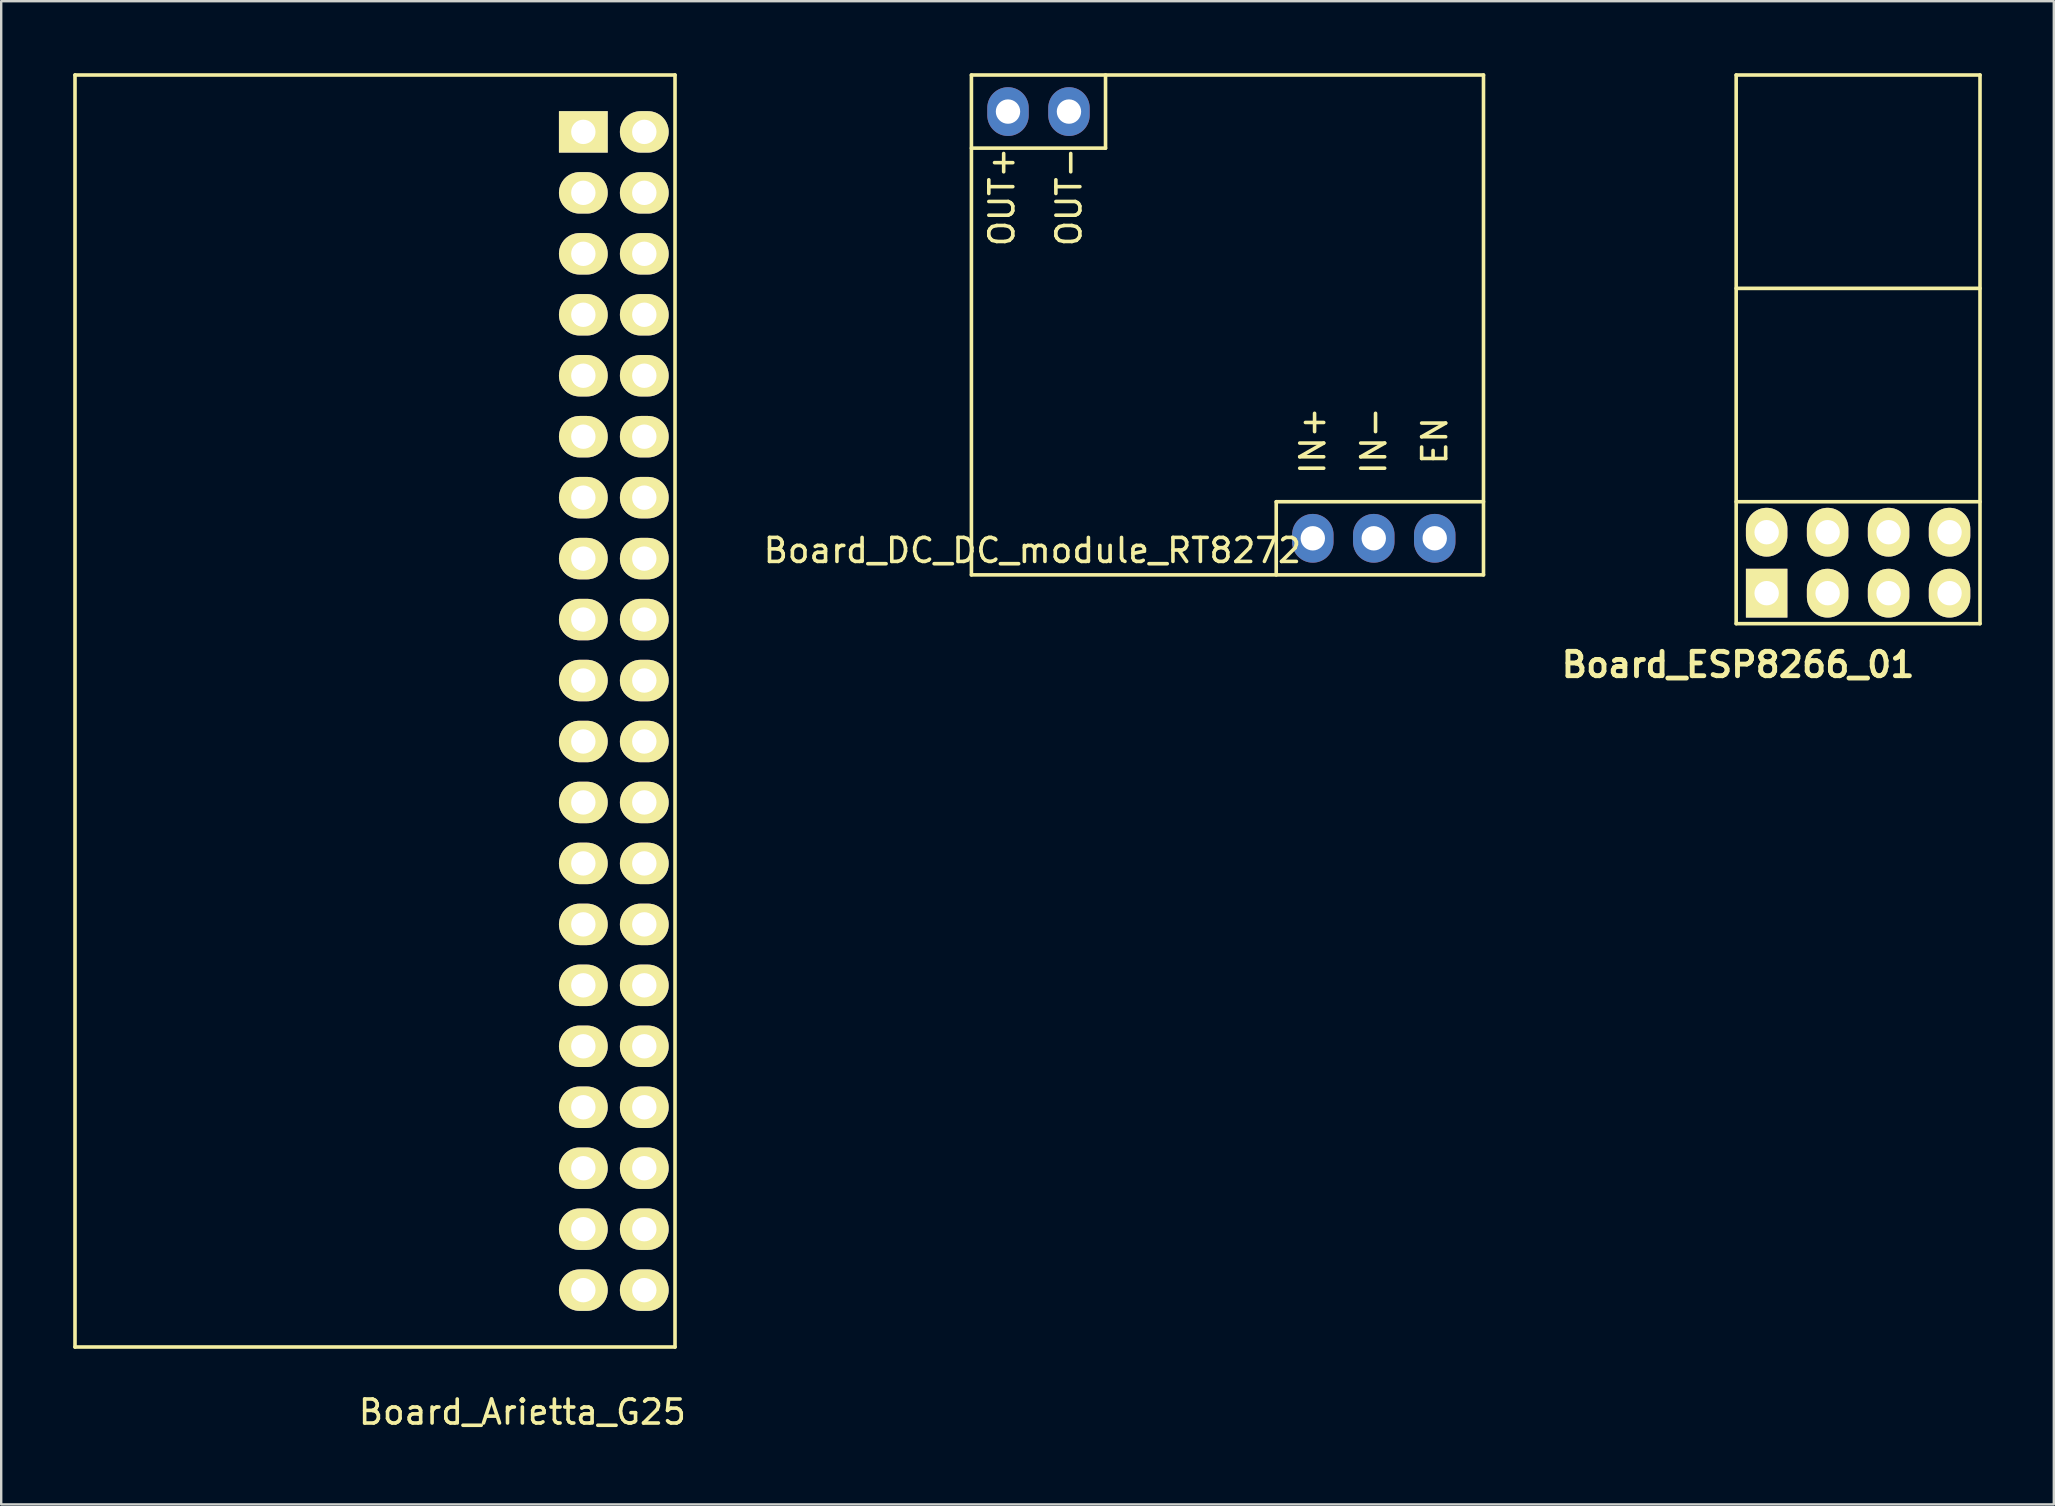
<source format=kicad_pcb>
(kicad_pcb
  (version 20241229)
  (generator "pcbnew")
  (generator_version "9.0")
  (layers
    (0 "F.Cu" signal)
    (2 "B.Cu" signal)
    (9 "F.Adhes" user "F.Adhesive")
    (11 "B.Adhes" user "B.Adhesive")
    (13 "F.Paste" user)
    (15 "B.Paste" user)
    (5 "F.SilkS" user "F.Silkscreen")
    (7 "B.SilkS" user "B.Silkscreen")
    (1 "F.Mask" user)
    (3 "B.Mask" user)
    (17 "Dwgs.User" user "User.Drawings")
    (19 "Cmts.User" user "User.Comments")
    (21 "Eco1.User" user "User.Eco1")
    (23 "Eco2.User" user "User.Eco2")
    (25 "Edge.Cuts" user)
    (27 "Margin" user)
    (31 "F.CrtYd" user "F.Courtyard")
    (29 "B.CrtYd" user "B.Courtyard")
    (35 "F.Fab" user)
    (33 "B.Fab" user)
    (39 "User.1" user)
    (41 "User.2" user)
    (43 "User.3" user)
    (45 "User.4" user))
  (footprint "Board_Arietta_G25"
    (layer "F.Cu")
    (at 11.095 25.305)
    (property "Reference" "Board_Arietta_G25" (at 7.62 30.48 0) (layer "F.SilkS") (effects (font (size 1 1) (thickness 0.15))))
    (attr through_hole)
    (fp_line (start -11.02 -25.23) (end -11.02 27.77) (stroke (width 0.15) (type solid)) (layer "F.SilkS"))
    (fp_line (start -11.02 27.77) (end 13.98 27.77) (stroke (width 0.15) (type solid)) (layer "F.SilkS"))
    (fp_line (start 13.98 -25.23) (end -11.02 -25.23) (stroke (width 0.15) (type solid)) (layer "F.SilkS"))
    (fp_line (start 13.98 -25.23) (end 13.98 27.77) (stroke (width 0.15) (type solid)) (layer "F.SilkS"))
    (pad "1" thru_hole rect (at 10.16 -22.86) (size 2.032 1.727) (drill 1.016) (layers "*.Cu" "*.Mask" "F.SilkS"))
    (pad "2" thru_hole oval (at 12.7 -22.86) (size 2.032 1.727) (drill 1.016) (layers "*.Cu" "*.Mask" "F.SilkS"))
    (pad "3" thru_hole oval (at 10.16 -20.32) (size 2.032 1.727) (drill 1.016) (layers "*.Cu" "*.Mask" "F.SilkS"))
    (pad "4" thru_hole oval (at 12.7 -20.32) (size 2.032 1.727) (drill 1.016) (layers "*.Cu" "*.Mask" "F.SilkS"))
    (pad "5" thru_hole oval (at 10.16 -17.78) (size 2.032 1.727) (drill 1.016) (layers "*.Cu" "*.Mask" "F.SilkS"))
    (pad "6" thru_hole oval (at 12.7 -17.78) (size 2.032 1.727) (drill 1.016) (layers "*.Cu" "*.Mask" "F.SilkS"))
    (pad "7" thru_hole oval (at 10.16 -15.24) (size 2.032 1.727) (drill 1.016) (layers "*.Cu" "*.Mask" "F.SilkS"))
    (pad "8" thru_hole oval (at 12.7 -15.24) (size 2.032 1.727) (drill 1.016) (layers "*.Cu" "*.Mask" "F.SilkS"))
    (pad "9" thru_hole oval (at 10.16 -12.7) (size 2.032 1.727) (drill 1.016) (layers "*.Cu" "*.Mask" "F.SilkS"))
    (pad "10" thru_hole oval (at 12.7 -12.7) (size 2.032 1.727) (drill 1.016) (layers "*.Cu" "*.Mask" "F.SilkS"))
    (pad "11" thru_hole oval (at 10.16 -10.16) (size 2.032 1.727) (drill 1.016) (layers "*.Cu" "*.Mask" "F.SilkS"))
    (pad "12" thru_hole oval (at 12.7 -10.16) (size 2.032 1.727) (drill 1.016) (layers "*.Cu" "*.Mask" "F.SilkS"))
    (pad "13" thru_hole oval (at 10.16 -7.62) (size 2.032 1.727) (drill 1.016) (layers "*.Cu" "*.Mask" "F.SilkS"))
    (pad "14" thru_hole oval (at 12.7 -7.62) (size 2.032 1.727) (drill 1.016) (layers "*.Cu" "*.Mask" "F.SilkS"))
    (pad "15" thru_hole oval (at 10.16 -5.08) (size 2.032 1.727) (drill 1.016) (layers "*.Cu" "*.Mask" "F.SilkS"))
    (pad "16" thru_hole oval (at 12.7 -5.08) (size 2.032 1.727) (drill 1.016) (layers "*.Cu" "*.Mask" "F.SilkS"))
    (pad "17" thru_hole oval (at 10.16 -2.54) (size 2.032 1.727) (drill 1.016) (layers "*.Cu" "*.Mask" "F.SilkS"))
    (pad "18" thru_hole oval (at 12.7 -2.54) (size 2.032 1.727) (drill 1.016) (layers "*.Cu" "*.Mask" "F.SilkS"))
    (pad "19" thru_hole oval (at 10.16 0) (size 2.032 1.727) (drill 1.016) (layers "*.Cu" "*.Mask" "F.SilkS"))
    (pad "20" thru_hole oval (at 12.7 0) (size 2.032 1.727) (drill 1.016) (layers "*.Cu" "*.Mask" "F.SilkS"))
    (pad "21" thru_hole oval (at 10.16 2.54) (size 2.032 1.727) (drill 1.016) (layers "*.Cu" "*.Mask" "F.SilkS"))
    (pad "22" thru_hole oval (at 12.7 2.54) (size 2.032 1.727) (drill 1.016) (layers "*.Cu" "*.Mask" "F.SilkS"))
    (pad "23" thru_hole oval (at 10.16 5.08) (size 2.032 1.727) (drill 1.016) (layers "*.Cu" "*.Mask" "F.SilkS"))
    (pad "24" thru_hole oval (at 12.7 5.08) (size 2.032 1.727) (drill 1.016) (layers "*.Cu" "*.Mask" "F.SilkS"))
    (pad "25" thru_hole oval (at 10.16 7.62) (size 2.032 1.727) (drill 1.016) (layers "*.Cu" "*.Mask" "F.SilkS"))
    (pad "26" thru_hole oval (at 12.7 7.62) (size 2.032 1.727) (drill 1.016) (layers "*.Cu" "*.Mask" "F.SilkS"))
    (pad "27" thru_hole oval (at 10.16 10.16) (size 2.032 1.727) (drill 1.016) (layers "*.Cu" "*.Mask" "F.SilkS"))
    (pad "28" thru_hole oval (at 12.7 10.16) (size 2.032 1.727) (drill 1.016) (layers "*.Cu" "*.Mask" "F.SilkS"))
    (pad "29" thru_hole oval (at 10.16 12.7) (size 2.032 1.727) (drill 1.016) (layers "*.Cu" "*.Mask" "F.SilkS"))
    (pad "30" thru_hole oval (at 12.7 12.7) (size 2.032 1.727) (drill 1.016) (layers "*.Cu" "*.Mask" "F.SilkS"))
    (pad "31" thru_hole oval (at 10.16 15.24) (size 2.032 1.727) (drill 1.016) (layers "*.Cu" "*.Mask" "F.SilkS"))
    (pad "32" thru_hole oval (at 12.7 15.24) (size 2.032 1.727) (drill 1.016) (layers "*.Cu" "*.Mask" "F.SilkS"))
    (pad "33" thru_hole oval (at 10.16 17.78) (size 2.032 1.727) (drill 1.016) (layers "*.Cu" "*.Mask" "F.SilkS"))
    (pad "34" thru_hole oval (at 12.7 17.78) (size 2.032 1.727) (drill 1.016) (layers "*.Cu" "*.Mask" "F.SilkS"))
    (pad "35" thru_hole oval (at 10.16 20.32) (size 2.032 1.727) (drill 1.016) (layers "*.Cu" "*.Mask" "F.SilkS"))
    (pad "36" thru_hole oval (at 12.7 20.32) (size 2.032 1.727) (drill 1.016) (layers "*.Cu" "*.Mask" "F.SilkS"))
    (pad "37" thru_hole oval (at 10.16 22.86) (size 2.032 1.727) (drill 1.016) (layers "*.Cu" "*.Mask" "F.SilkS"))
    (pad "38" thru_hole oval (at 12.7 22.86) (size 2.032 1.727) (drill 1.016) (layers "*.Cu" "*.Mask" "F.SilkS"))
    (pad "39" thru_hole oval (at 10.16 25.4) (size 2.032 1.727) (drill 1.016) (layers "*.Cu" "*.Mask" "F.SilkS"))
    (pad "40" thru_hole oval (at 12.7 25.4) (size 2.032 1.727) (drill 1.016) (layers "*.Cu" "*.Mask" "F.SilkS")))
  (footprint "Board_ESP8266_01"
    (layer "F.Cu")
    (at 74.369 20.395)
    (property "Reference" "Board_ESP8266_01" (at -5 4.25 0) (layer "F.SilkS") (effects (font (size 1.016 1.016) (thickness 0.203))))
    (attr through_hole)
    (fp_line (start -5.08 -20.32) (end -5.08 2.54) (stroke (width 0.15) (type solid)) (layer "F.SilkS"))
    (fp_line (start -5.08 -11.43) (end 5.08 -11.43) (stroke (width 0.15) (type solid)) (layer "F.SilkS"))
    (fp_line (start 5.08 -20.32) (end -5.08 -20.32) (stroke (width 0.15) (type solid)) (layer "F.SilkS"))
    (fp_line (start 5.08 -2.54) (end -5.08 -2.54) (stroke (width 0.15) (type solid)) (layer "F.SilkS"))
    (fp_line (start 5.08 2.54) (end -5.08 2.54) (stroke (width 0.15) (type solid)) (layer "F.SilkS"))
    (fp_line (start 5.08 2.54) (end 5.08 -20.32) (stroke (width 0.15) (type solid)) (layer "F.SilkS"))
    (pad "1" thru_hole rect (at -3.81 1.27) (size 1.727 2.032) (drill 1.016) (layers "*.Cu" "*.Mask" "F.SilkS"))
    (pad "2" thru_hole oval (at -3.81 -1.27) (size 1.727 2.032) (drill 1.016) (layers "*.Cu" "*.Mask" "F.SilkS"))
    (pad "3" thru_hole oval (at -1.27 1.27) (size 1.727 2.032) (drill 1.016) (layers "*.Cu" "*.Mask" "F.SilkS"))
    (pad "4" thru_hole oval (at -1.27 -1.27) (size 1.727 2.032) (drill 1.016) (layers "*.Cu" "*.Mask" "F.SilkS"))
    (pad "5" thru_hole oval (at 1.27 1.27) (size 1.727 2.032) (drill 1.016) (layers "*.Cu" "*.Mask" "F.SilkS"))
    (pad "6" thru_hole oval (at 1.27 -1.27) (size 1.727 2.032) (drill 1.016) (layers "*.Cu" "*.Mask" "F.SilkS"))
    (pad "7" thru_hole oval (at 3.81 1.27) (size 1.727 2.032) (drill 1.016) (layers "*.Cu" "*.Mask" "F.SilkS"))
    (pad "8" thru_hole oval (at 3.81 -1.27) (size 1.727 2.032) (drill 1.016) (layers "*.Cu" "*.Mask" "F.SilkS")))
  (footprint "Board_DC_DC_module_RT8272"
    (layer "F.Cu")
    (at 48.601 10.489)
    (property "Reference" "Board_DC_DC_module_RT8272" (at -8.636 9.398 0) (layer "F.SilkS") (effects (font (size 1 1) (thickness 0.15))))
    (attr through_hole)
    (fp_line (start -11.176 -7.366) (end -5.588 -7.366) (stroke (width 0.15) (type solid)) (layer "F.SilkS"))
    (fp_line (start -11.176 10.414) (end -11.176 -10.414) (stroke (width 0.15) (type solid)) (layer "F.SilkS"))
    (fp_line (start -5.588 -7.366) (end -5.588 -10.414) (stroke (width 0.15) (type solid)) (layer "F.SilkS"))
    (fp_line (start 1.524 7.366) (end 10.16 7.366) (stroke (width 0.15) (type solid)) (layer "F.SilkS"))
    (fp_line (start 1.524 10.414) (end 1.524 7.366) (stroke (width 0.15) (type solid)) (layer "F.SilkS"))
    (fp_line (start 10.16 -10.414) (end -11.176 -10.414) (stroke (width 0.15) (type solid)) (layer "F.SilkS"))
    (fp_line (start 10.16 10.414) (end -11.176 10.414) (stroke (width 0.15) (type solid)) (layer "F.SilkS"))
    (fp_line (start 10.16 10.414) (end 10.16 -10.414) (stroke (width 0.15) (type solid)) (layer "F.SilkS"))
    (fp_text user "OUT+" (at -9.906 -5.334 90) (layer "F.SilkS") (effects (font (size 1 1) (thickness 0.15))))
    (fp_text user "EN" (at 8.128 4.826 90) (layer "F.SilkS") (effects (font (size 1 1) (thickness 0.15))))
    (fp_text user "OUT-" (at -7.112 -5.334 90) (layer "F.SilkS") (effects (font (size 1 1) (thickness 0.15))))
    (fp_text user "IN-" (at 5.588 4.826 90) (layer "F.SilkS") (effects (font (size 1 1) (thickness 0.15))))
    (fp_text user "IN+" (at 3.048 4.826 90) (layer "F.SilkS") (effects (font (size 1 1) (thickness 0.15))))
    (pad "1" thru_hole oval (at 3.048 8.89) (size 1.727 2.032) (drill 1.016) (layers "*.Cu" "*.Mask"))
    (pad "2" thru_hole oval (at 5.588 8.89) (size 1.727 2.032) (drill 1.016) (layers "*.Cu" "*.Mask"))
    (pad "3" thru_hole oval (at 8.128 8.89) (size 1.727 2.032) (drill 1.016) (layers "*.Cu" "*.Mask"))
    (pad "4" thru_hole oval (at -9.652 -8.89) (size 1.727 2.032) (drill 1.016) (layers "*.Cu" "*.Mask"))
    (pad "5" thru_hole oval (at -7.112 -8.89) (size 1.727 2.032) (drill 1.016) (layers "*.Cu" "*.Mask")))
  (gr_rect
    (start -3 -3)
    (end 82.524 59.633)
    (stroke (width 0.1) (type default))
    (fill no)
    (layer "Edge.Cuts")))
</source>
